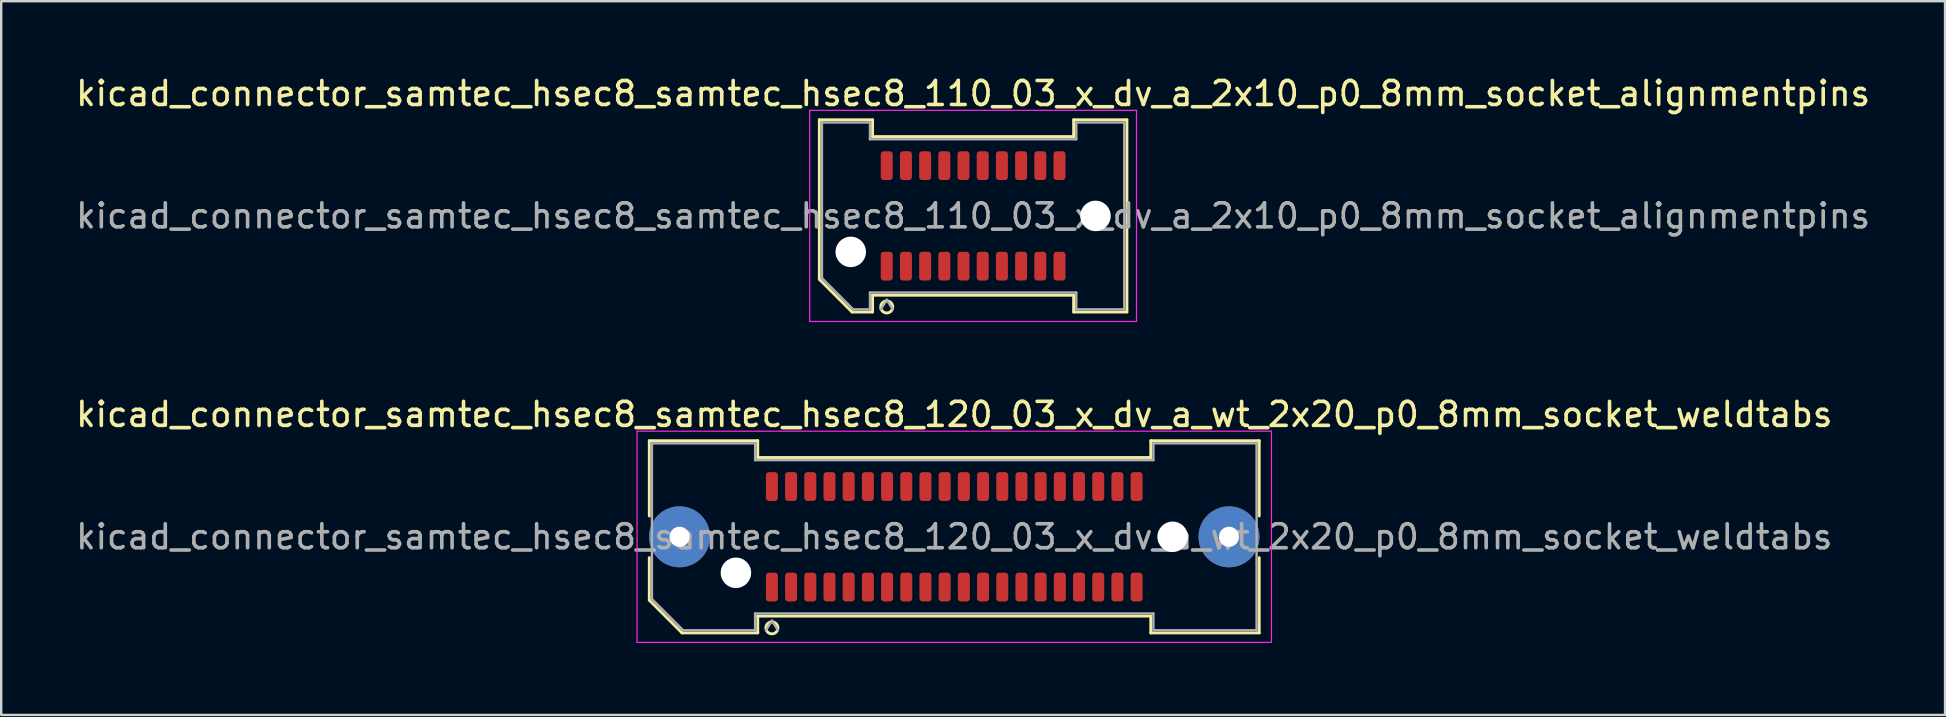
<source format=kicad_pcb>
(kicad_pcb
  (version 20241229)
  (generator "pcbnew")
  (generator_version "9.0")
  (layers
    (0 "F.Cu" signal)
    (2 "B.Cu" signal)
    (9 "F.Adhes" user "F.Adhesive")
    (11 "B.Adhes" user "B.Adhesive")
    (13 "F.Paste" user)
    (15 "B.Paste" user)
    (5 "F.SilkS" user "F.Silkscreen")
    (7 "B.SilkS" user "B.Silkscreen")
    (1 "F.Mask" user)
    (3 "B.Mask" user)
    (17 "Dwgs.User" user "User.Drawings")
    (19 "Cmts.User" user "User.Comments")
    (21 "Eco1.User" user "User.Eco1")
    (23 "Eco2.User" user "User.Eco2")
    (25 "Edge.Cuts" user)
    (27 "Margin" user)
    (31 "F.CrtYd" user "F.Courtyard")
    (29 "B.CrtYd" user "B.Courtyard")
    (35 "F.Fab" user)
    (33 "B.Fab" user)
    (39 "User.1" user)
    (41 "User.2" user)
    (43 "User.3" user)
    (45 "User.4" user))
  (footprint "kicad_connector_samtec_hsec8_samtec_hsec8_120_03_x_dv_a_wt_2x20_p0_8mm_socket_weldtabs"
    (layer "F.Cu")
    (at 36.72 19.322)
    (property "Reference" "kicad_connector_samtec_hsec8_samtec_hsec8_120_03_x_dv_a_wt_2x20_p0_8mm_socket_weldtabs" (at 0 -5.1 0) (layer "F.SilkS") (effects (font (size 1 1) (thickness 0.15))))
    (attr smd)
    (fp_line (start -12.71 -4.005) (end -8.19 -4.005) (stroke (width 0.12) (type solid)) (layer "F.SilkS"))
    (fp_line (start -12.71 -0.868) (end -12.71 -4.005) (stroke (width 0.12) (type solid)) (layer "F.SilkS"))
    (fp_line (start -12.71 2.641) (end -12.71 0.868) (stroke (width 0.12) (type solid)) (layer "F.SilkS"))
    (fp_line (start -11.346 4.005) (end -12.71 2.641) (stroke (width 0.12) (type solid)) (layer "F.SilkS"))
    (fp_line (start -8.19 -4.005) (end -8.19 -3.305) (stroke (width 0.12) (type solid)) (layer "F.SilkS"))
    (fp_line (start -8.19 -3.305) (end 8.19 -3.305) (stroke (width 0.12) (type solid)) (layer "F.SilkS"))
    (fp_line (start -8.19 3.305) (end -8.19 4.005) (stroke (width 0.12) (type solid)) (layer "F.SilkS"))
    (fp_line (start -8.19 4.005) (end -11.346 4.005) (stroke (width 0.12) (type solid)) (layer "F.SilkS"))
    (fp_line (start 8.19 -4.005) (end 12.71 -4.005) (stroke (width 0.12) (type solid)) (layer "F.SilkS"))
    (fp_line (start 8.19 -3.305) (end 8.19 -4.005) (stroke (width 0.12) (type solid)) (layer "F.SilkS"))
    (fp_line (start 8.19 3.305) (end -8.19 3.305) (stroke (width 0.12) (type solid)) (layer "F.SilkS"))
    (fp_line (start 8.19 4.005) (end 8.19 3.305) (stroke (width 0.12) (type solid)) (layer "F.SilkS"))
    (fp_line (start 12.71 -4.005) (end 12.71 -0.868) (stroke (width 0.12) (type solid)) (layer "F.SilkS"))
    (fp_line (start 12.71 0.868) (end 12.71 4.005) (stroke (width 0.12) (type solid)) (layer "F.SilkS"))
    (fp_line (start 12.71 4.005) (end 8.19 4.005) (stroke (width 0.12) (type solid)) (layer "F.SilkS"))
    (fp_arc (start -7.35 3.795) (mid -7.85 3.795) (end -7.35 3.795) (stroke (width 0.12) (type solid)) (layer "F.SilkS"))
    (fp_line (start -13.22 -4.4) (end -13.22 4.4) (stroke (width 0.05) (type solid)) (layer "F.CrtYd"))
    (fp_line (start -13.22 4.4) (end 13.22 4.4) (stroke (width 0.05) (type solid)) (layer "F.CrtYd"))
    (fp_line (start 13.22 -4.4) (end -13.22 -4.4) (stroke (width 0.05) (type solid)) (layer "F.CrtYd"))
    (fp_line (start 13.22 4.4) (end 13.22 -4.4) (stroke (width 0.05) (type solid)) (layer "F.CrtYd"))
    (fp_line (start -12.6 -3.895) (end -8.3 -3.895) (stroke (width 0.1) (type solid)) (layer "F.Fab"))
    (fp_line (start -12.6 2.595) (end -12.6 -3.895) (stroke (width 0.1) (type solid)) (layer "F.Fab"))
    (fp_line (start -11.3 3.895) (end -12.6 2.595) (stroke (width 0.1) (type solid)) (layer "F.Fab"))
    (fp_line (start -8.3 -3.895) (end -8.3 -3.195) (stroke (width 0.1) (type solid)) (layer "F.Fab"))
    (fp_line (start -8.3 -3.195) (end 8.3 -3.195) (stroke (width 0.1) (type solid)) (layer "F.Fab"))
    (fp_line (start -8.3 3.195) (end -8.3 3.895) (stroke (width 0.1) (type solid)) (layer "F.Fab"))
    (fp_line (start -8.3 3.895) (end -11.3 3.895) (stroke (width 0.1) (type solid)) (layer "F.Fab"))
    (fp_line (start -7.6 3.495) (end -7.85 3.895) (stroke (width 0.1) (type solid)) (layer "F.Fab"))
    (fp_line (start -7.6 3.495) (end -7.35 3.895) (stroke (width 0.1) (type solid)) (layer "F.Fab"))
    (fp_line (start 8.3 -3.895) (end 12.6 -3.895) (stroke (width 0.1) (type solid)) (layer "F.Fab"))
    (fp_line (start 8.3 -3.195) (end 8.3 -3.895) (stroke (width 0.1) (type solid)) (layer "F.Fab"))
    (fp_line (start 8.3 3.195) (end -8.3 3.195) (stroke (width 0.1) (type solid)) (layer "F.Fab"))
    (fp_line (start 8.3 3.895) (end 8.3 3.195) (stroke (width 0.1) (type solid)) (layer "F.Fab"))
    (fp_line (start 12.6 -3.895) (end 12.6 3.895) (stroke (width 0.1) (type solid)) (layer "F.Fab"))
    (fp_line (start 12.6 3.895) (end 8.3 3.895) (stroke (width 0.1) (type solid)) (layer "F.Fab"))
    (fp_text user "${REFERENCE}" (at 0 0 0) (layer "F.Fab") (effects (font (size 1 1) (thickness 0.15))))
    (pad "" thru_hole circle (at -11.45 0) (size 2.54 2.54) (drill 0.84) (layers "*.Cu" "*.Mask" "F.Paste"))
    (pad "" np_thru_hole circle (at -9.1 1.5) (size 1.27 1.27) (drill 1.27) (layers "*.Cu" "*.Mask"))
    (pad "" np_thru_hole circle (at 9.1 0) (size 1.27 1.27) (drill 1.27) (layers "*.Cu" "*.Mask"))
    (pad "" thru_hole circle (at 11.45 0) (size 2.54 2.54) (drill 0.84) (layers "*.Cu" "*.Mask" "F.Paste"))
    (pad "1" smd roundrect (at -7.6 2.095) (size 0.5 1.2) (layers "F.Cu" "F.Mask" "F.Paste") (roundrect_rratio 0.25))
    (pad "2" smd roundrect (at -7.6 -2.095) (size 0.5 1.2) (layers "F.Cu" "F.Mask" "F.Paste") (roundrect_rratio 0.25))
    (pad "3" smd roundrect (at -6.8 2.095) (size 0.5 1.2) (layers "F.Cu" "F.Mask" "F.Paste") (roundrect_rratio 0.25))
    (pad "4" smd roundrect (at -6.8 -2.095) (size 0.5 1.2) (layers "F.Cu" "F.Mask" "F.Paste") (roundrect_rratio 0.25))
    (pad "5" smd roundrect (at -6 2.095) (size 0.5 1.2) (layers "F.Cu" "F.Mask" "F.Paste") (roundrect_rratio 0.25))
    (pad "6" smd roundrect (at -6 -2.095) (size 0.5 1.2) (layers "F.Cu" "F.Mask" "F.Paste") (roundrect_rratio 0.25))
    (pad "7" smd roundrect (at -5.2 2.095) (size 0.5 1.2) (layers "F.Cu" "F.Mask" "F.Paste") (roundrect_rratio 0.25))
    (pad "8" smd roundrect (at -5.2 -2.095) (size 0.5 1.2) (layers "F.Cu" "F.Mask" "F.Paste") (roundrect_rratio 0.25))
    (pad "9" smd roundrect (at -4.4 2.095) (size 0.5 1.2) (layers "F.Cu" "F.Mask" "F.Paste") (roundrect_rratio 0.25))
    (pad "10" smd roundrect (at -4.4 -2.095) (size 0.5 1.2) (layers "F.Cu" "F.Mask" "F.Paste") (roundrect_rratio 0.25))
    (pad "11" smd roundrect (at -3.6 2.095) (size 0.5 1.2) (layers "F.Cu" "F.Mask" "F.Paste") (roundrect_rratio 0.25))
    (pad "12" smd roundrect (at -3.6 -2.095) (size 0.5 1.2) (layers "F.Cu" "F.Mask" "F.Paste") (roundrect_rratio 0.25))
    (pad "13" smd roundrect (at -2.8 2.095) (size 0.5 1.2) (layers "F.Cu" "F.Mask" "F.Paste") (roundrect_rratio 0.25))
    (pad "14" smd roundrect (at -2.8 -2.095) (size 0.5 1.2) (layers "F.Cu" "F.Mask" "F.Paste") (roundrect_rratio 0.25))
    (pad "15" smd roundrect (at -2 2.095) (size 0.5 1.2) (layers "F.Cu" "F.Mask" "F.Paste") (roundrect_rratio 0.25))
    (pad "16" smd roundrect (at -2 -2.095) (size 0.5 1.2) (layers "F.Cu" "F.Mask" "F.Paste") (roundrect_rratio 0.25))
    (pad "17" smd roundrect (at -1.2 2.095) (size 0.5 1.2) (layers "F.Cu" "F.Mask" "F.Paste") (roundrect_rratio 0.25))
    (pad "18" smd roundrect (at -1.2 -2.095) (size 0.5 1.2) (layers "F.Cu" "F.Mask" "F.Paste") (roundrect_rratio 0.25))
    (pad "19" smd roundrect (at -0.4 2.095) (size 0.5 1.2) (layers "F.Cu" "F.Mask" "F.Paste") (roundrect_rratio 0.25))
    (pad "20" smd roundrect (at -0.4 -2.095) (size 0.5 1.2) (layers "F.Cu" "F.Mask" "F.Paste") (roundrect_rratio 0.25))
    (pad "21" smd roundrect (at 0.4 2.095) (size 0.5 1.2) (layers "F.Cu" "F.Mask" "F.Paste") (roundrect_rratio 0.25))
    (pad "22" smd roundrect (at 0.4 -2.095) (size 0.5 1.2) (layers "F.Cu" "F.Mask" "F.Paste") (roundrect_rratio 0.25))
    (pad "23" smd roundrect (at 1.2 2.095) (size 0.5 1.2) (layers "F.Cu" "F.Mask" "F.Paste") (roundrect_rratio 0.25))
    (pad "24" smd roundrect (at 1.2 -2.095) (size 0.5 1.2) (layers "F.Cu" "F.Mask" "F.Paste") (roundrect_rratio 0.25))
    (pad "25" smd roundrect (at 2 2.095) (size 0.5 1.2) (layers "F.Cu" "F.Mask" "F.Paste") (roundrect_rratio 0.25))
    (pad "26" smd roundrect (at 2 -2.095) (size 0.5 1.2) (layers "F.Cu" "F.Mask" "F.Paste") (roundrect_rratio 0.25))
    (pad "27" smd roundrect (at 2.8 2.095) (size 0.5 1.2) (layers "F.Cu" "F.Mask" "F.Paste") (roundrect_rratio 0.25))
    (pad "28" smd roundrect (at 2.8 -2.095) (size 0.5 1.2) (layers "F.Cu" "F.Mask" "F.Paste") (roundrect_rratio 0.25))
    (pad "29" smd roundrect (at 3.6 2.095) (size 0.5 1.2) (layers "F.Cu" "F.Mask" "F.Paste") (roundrect_rratio 0.25))
    (pad "30" smd roundrect (at 3.6 -2.095) (size 0.5 1.2) (layers "F.Cu" "F.Mask" "F.Paste") (roundrect_rratio 0.25))
    (pad "31" smd roundrect (at 4.4 2.095) (size 0.5 1.2) (layers "F.Cu" "F.Mask" "F.Paste") (roundrect_rratio 0.25))
    (pad "32" smd roundrect (at 4.4 -2.095) (size 0.5 1.2) (layers "F.Cu" "F.Mask" "F.Paste") (roundrect_rratio 0.25))
    (pad "33" smd roundrect (at 5.2 2.095) (size 0.5 1.2) (layers "F.Cu" "F.Mask" "F.Paste") (roundrect_rratio 0.25))
    (pad "34" smd roundrect (at 5.2 -2.095) (size 0.5 1.2) (layers "F.Cu" "F.Mask" "F.Paste") (roundrect_rratio 0.25))
    (pad "35" smd roundrect (at 6 2.095) (size 0.5 1.2) (layers "F.Cu" "F.Mask" "F.Paste") (roundrect_rratio 0.25))
    (pad "36" smd roundrect (at 6 -2.095) (size 0.5 1.2) (layers "F.Cu" "F.Mask" "F.Paste") (roundrect_rratio 0.25))
    (pad "37" smd roundrect (at 6.8 2.095) (size 0.5 1.2) (layers "F.Cu" "F.Mask" "F.Paste") (roundrect_rratio 0.25))
    (pad "38" smd roundrect (at 6.8 -2.095) (size 0.5 1.2) (layers "F.Cu" "F.Mask" "F.Paste") (roundrect_rratio 0.25))
    (pad "39" smd roundrect (at 7.6 2.095) (size 0.5 1.2) (layers "F.Cu" "F.Mask" "F.Paste") (roundrect_rratio 0.25))
    (pad "40" smd roundrect (at 7.6 -2.095) (size 0.5 1.2) (layers "F.Cu" "F.Mask" "F.Paste") (roundrect_rratio 0.25)))
  (footprint "kicad_connector_samtec_hsec8_samtec_hsec8_110_03_x_dv_a_2x10_p0_8mm_socket_alignmentpins"
    (layer "F.Cu")
    (at 37.506 5.948)
    (property "Reference" "kicad_connector_samtec_hsec8_samtec_hsec8_110_03_x_dv_a_2x10_p0_8mm_socket_alignmentpins" (at 0 -5.1 0) (layer "F.SilkS") (effects (font (size 1 1) (thickness 0.15))))
    (attr smd)
    (fp_line (start -6.41 -4.005) (end -4.19 -4.005) (stroke (width 0.12) (type solid)) (layer "F.SilkS"))
    (fp_line (start -6.41 2.641) (end -6.41 -4.005) (stroke (width 0.12) (type solid)) (layer "F.SilkS"))
    (fp_line (start -5.046 4.005) (end -6.41 2.641) (stroke (width 0.12) (type solid)) (layer "F.SilkS"))
    (fp_line (start -4.19 -4.005) (end -4.19 -3.305) (stroke (width 0.12) (type solid)) (layer "F.SilkS"))
    (fp_line (start -4.19 -3.305) (end 4.19 -3.305) (stroke (width 0.12) (type solid)) (layer "F.SilkS"))
    (fp_line (start -4.19 3.305) (end -4.19 4.005) (stroke (width 0.12) (type solid)) (layer "F.SilkS"))
    (fp_line (start -4.19 4.005) (end -5.046 4.005) (stroke (width 0.12) (type solid)) (layer "F.SilkS"))
    (fp_line (start 4.19 -4.005) (end 6.41 -4.005) (stroke (width 0.12) (type solid)) (layer "F.SilkS"))
    (fp_line (start 4.19 -3.305) (end 4.19 -4.005) (stroke (width 0.12) (type solid)) (layer "F.SilkS"))
    (fp_line (start 4.19 3.305) (end -4.19 3.305) (stroke (width 0.12) (type solid)) (layer "F.SilkS"))
    (fp_line (start 4.19 4.005) (end 4.19 3.305) (stroke (width 0.12) (type solid)) (layer "F.SilkS"))
    (fp_line (start 6.41 -4.005) (end 6.41 4.005) (stroke (width 0.12) (type solid)) (layer "F.SilkS"))
    (fp_line (start 6.41 4.005) (end 4.19 4.005) (stroke (width 0.12) (type solid)) (layer "F.SilkS"))
    (fp_arc (start -3.35 3.795) (mid -3.85 3.795) (end -3.35 3.795) (stroke (width 0.12) (type solid)) (layer "F.SilkS"))
    (fp_line (start -6.81 -4.4) (end -6.81 4.4) (stroke (width 0.05) (type solid)) (layer "F.CrtYd"))
    (fp_line (start -6.81 4.4) (end 6.81 4.4) (stroke (width 0.05) (type solid)) (layer "F.CrtYd"))
    (fp_line (start 6.81 -4.4) (end -6.81 -4.4) (stroke (width 0.05) (type solid)) (layer "F.CrtYd"))
    (fp_line (start 6.81 4.4) (end 6.81 -4.4) (stroke (width 0.05) (type solid)) (layer "F.CrtYd"))
    (fp_line (start -6.3 -3.895) (end -4.3 -3.895) (stroke (width 0.1) (type solid)) (layer "F.Fab"))
    (fp_line (start -6.3 2.595) (end -6.3 -3.895) (stroke (width 0.1) (type solid)) (layer "F.Fab"))
    (fp_line (start -5 3.895) (end -6.3 2.595) (stroke (width 0.1) (type solid)) (layer "F.Fab"))
    (fp_line (start -4.3 -3.895) (end -4.3 -3.195) (stroke (width 0.1) (type solid)) (layer "F.Fab"))
    (fp_line (start -4.3 -3.195) (end 4.3 -3.195) (stroke (width 0.1) (type solid)) (layer "F.Fab"))
    (fp_line (start -4.3 3.195) (end -4.3 3.895) (stroke (width 0.1) (type solid)) (layer "F.Fab"))
    (fp_line (start -4.3 3.895) (end -5 3.895) (stroke (width 0.1) (type solid)) (layer "F.Fab"))
    (fp_line (start -3.6 3.495) (end -3.85 3.895) (stroke (width 0.1) (type solid)) (layer "F.Fab"))
    (fp_line (start -3.6 3.495) (end -3.35 3.895) (stroke (width 0.1) (type solid)) (layer "F.Fab"))
    (fp_line (start 4.3 -3.895) (end 6.3 -3.895) (stroke (width 0.1) (type solid)) (layer "F.Fab"))
    (fp_line (start 4.3 -3.195) (end 4.3 -3.895) (stroke (width 0.1) (type solid)) (layer "F.Fab"))
    (fp_line (start 4.3 3.195) (end -4.3 3.195) (stroke (width 0.1) (type solid)) (layer "F.Fab"))
    (fp_line (start 4.3 3.895) (end 4.3 3.195) (stroke (width 0.1) (type solid)) (layer "F.Fab"))
    (fp_line (start 6.3 -3.895) (end 6.3 3.895) (stroke (width 0.1) (type solid)) (layer "F.Fab"))
    (fp_line (start 6.3 3.895) (end 4.3 3.895) (stroke (width 0.1) (type solid)) (layer "F.Fab"))
    (fp_text user "${REFERENCE}" (at 0 0 0) (layer "F.Fab") (effects (font (size 1 1) (thickness 0.15))))
    (pad "" np_thru_hole circle (at -5.1 1.5) (size 1.27 1.27) (drill 1.27) (layers "*.Cu" "*.Mask"))
    (pad "" np_thru_hole circle (at 5.1 0) (size 1.27 1.27) (drill 1.27) (layers "*.Cu" "*.Mask"))
    (pad "1" smd roundrect (at -3.6 2.095) (size 0.5 1.2) (layers "F.Cu" "F.Mask" "F.Paste") (roundrect_rratio 0.25))
    (pad "2" smd roundrect (at -3.6 -2.095) (size 0.5 1.2) (layers "F.Cu" "F.Mask" "F.Paste") (roundrect_rratio 0.25))
    (pad "3" smd roundrect (at -2.8 2.095) (size 0.5 1.2) (layers "F.Cu" "F.Mask" "F.Paste") (roundrect_rratio 0.25))
    (pad "4" smd roundrect (at -2.8 -2.095) (size 0.5 1.2) (layers "F.Cu" "F.Mask" "F.Paste") (roundrect_rratio 0.25))
    (pad "5" smd roundrect (at -2 2.095) (size 0.5 1.2) (layers "F.Cu" "F.Mask" "F.Paste") (roundrect_rratio 0.25))
    (pad "6" smd roundrect (at -2 -2.095) (size 0.5 1.2) (layers "F.Cu" "F.Mask" "F.Paste") (roundrect_rratio 0.25))
    (pad "7" smd roundrect (at -1.2 2.095) (size 0.5 1.2) (layers "F.Cu" "F.Mask" "F.Paste") (roundrect_rratio 0.25))
    (pad "8" smd roundrect (at -1.2 -2.095) (size 0.5 1.2) (layers "F.Cu" "F.Mask" "F.Paste") (roundrect_rratio 0.25))
    (pad "9" smd roundrect (at -0.4 2.095) (size 0.5 1.2) (layers "F.Cu" "F.Mask" "F.Paste") (roundrect_rratio 0.25))
    (pad "10" smd roundrect (at -0.4 -2.095) (size 0.5 1.2) (layers "F.Cu" "F.Mask" "F.Paste") (roundrect_rratio 0.25))
    (pad "11" smd roundrect (at 0.4 2.095) (size 0.5 1.2) (layers "F.Cu" "F.Mask" "F.Paste") (roundrect_rratio 0.25))
    (pad "12" smd roundrect (at 0.4 -2.095) (size 0.5 1.2) (layers "F.Cu" "F.Mask" "F.Paste") (roundrect_rratio 0.25))
    (pad "13" smd roundrect (at 1.2 2.095) (size 0.5 1.2) (layers "F.Cu" "F.Mask" "F.Paste") (roundrect_rratio 0.25))
    (pad "14" smd roundrect (at 1.2 -2.095) (size 0.5 1.2) (layers "F.Cu" "F.Mask" "F.Paste") (roundrect_rratio 0.25))
    (pad "15" smd roundrect (at 2 2.095) (size 0.5 1.2) (layers "F.Cu" "F.Mask" "F.Paste") (roundrect_rratio 0.25))
    (pad "16" smd roundrect (at 2 -2.095) (size 0.5 1.2) (layers "F.Cu" "F.Mask" "F.Paste") (roundrect_rratio 0.25))
    (pad "17" smd roundrect (at 2.8 2.095) (size 0.5 1.2) (layers "F.Cu" "F.Mask" "F.Paste") (roundrect_rratio 0.25))
    (pad "18" smd roundrect (at 2.8 -2.095) (size 0.5 1.2) (layers "F.Cu" "F.Mask" "F.Paste") (roundrect_rratio 0.25))
    (pad "19" smd roundrect (at 3.6 2.095) (size 0.5 1.2) (layers "F.Cu" "F.Mask" "F.Paste") (roundrect_rratio 0.25))
    (pad "20" smd roundrect (at 3.6 -2.095) (size 0.5 1.2) (layers "F.Cu" "F.Mask" "F.Paste") (roundrect_rratio 0.25)))
  (gr_rect
    (start -3 -3)
    (end 78.012 26.747)
    (stroke (width 0.1) (type default))
    (fill no)
    (layer "Edge.Cuts")))
</source>
